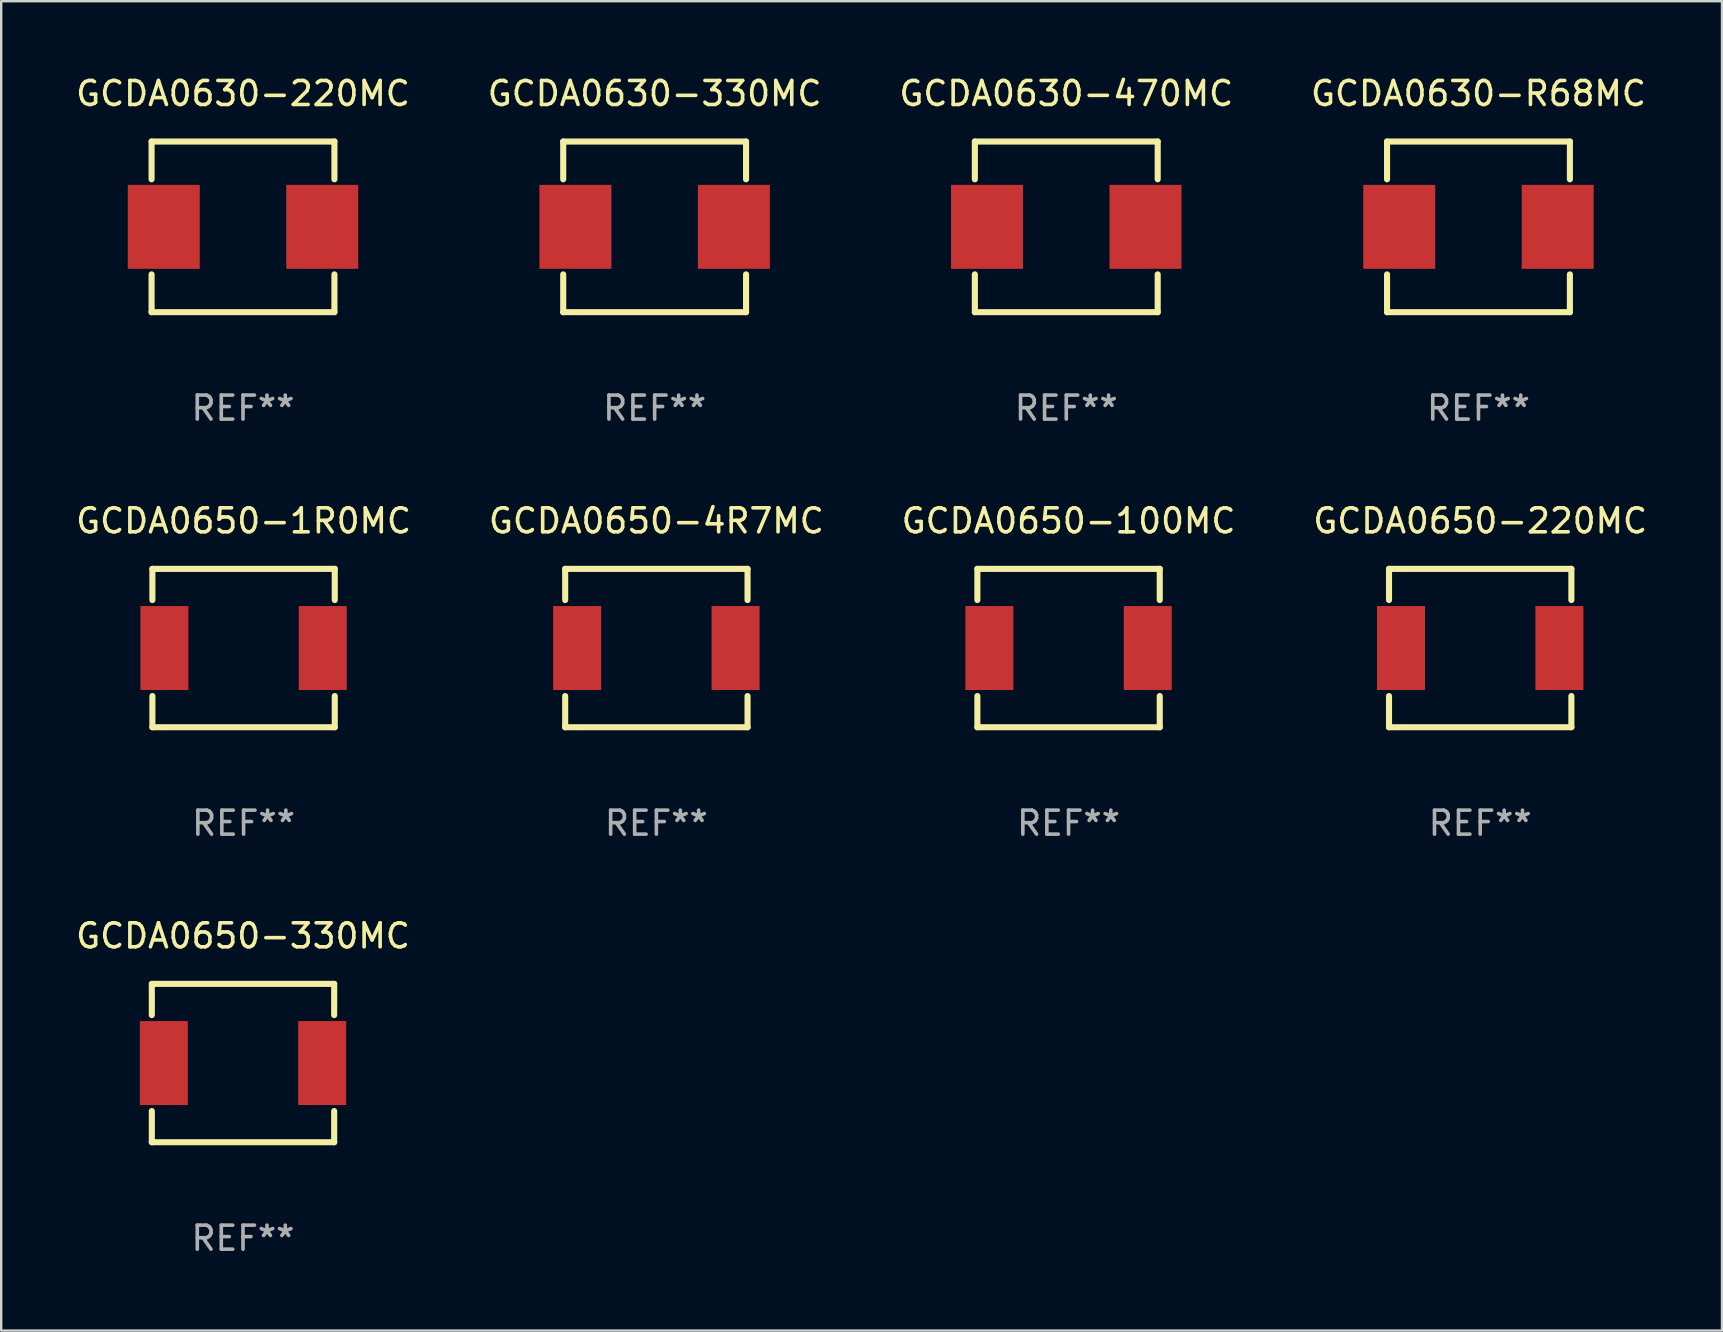
<source format=kicad_pcb>
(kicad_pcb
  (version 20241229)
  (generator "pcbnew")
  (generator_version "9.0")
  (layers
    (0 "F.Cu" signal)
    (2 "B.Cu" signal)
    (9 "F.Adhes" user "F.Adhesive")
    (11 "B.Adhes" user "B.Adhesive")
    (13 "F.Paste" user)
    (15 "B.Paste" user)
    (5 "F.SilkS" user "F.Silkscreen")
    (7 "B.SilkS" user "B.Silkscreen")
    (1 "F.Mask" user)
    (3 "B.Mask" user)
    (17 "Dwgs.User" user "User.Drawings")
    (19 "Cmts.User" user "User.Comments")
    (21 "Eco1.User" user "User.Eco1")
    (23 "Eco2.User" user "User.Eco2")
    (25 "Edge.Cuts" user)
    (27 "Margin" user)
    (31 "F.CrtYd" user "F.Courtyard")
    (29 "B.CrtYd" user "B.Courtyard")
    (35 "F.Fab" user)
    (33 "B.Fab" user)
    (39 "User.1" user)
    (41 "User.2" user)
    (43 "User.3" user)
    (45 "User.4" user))
  (footprint "GCDA0630-470MC"
    (layer "F.Cu")
    (at 41.387 6.404)
    (property "Reference" "GCDA0630-470MC" (at 0 -5.556 0) (layer "F.SilkS") (effects (font (size 1 1) (thickness 0.15))))
    (attr through_hole)
    (fp_line (start -3.81 -3.556) (end 3.81 -3.556) (stroke (width 0.254) (type solid)) (layer "F.SilkS"))
    (fp_line (start -3.81 -1.981) (end -3.81 -3.556) (stroke (width 0.254) (type solid)) (layer "F.SilkS"))
    (fp_line (start -3.81 3.556) (end -3.81 1.981) (stroke (width 0.254) (type solid)) (layer "F.SilkS"))
    (fp_line (start 3.81 -3.556) (end 3.81 -1.981) (stroke (width 0.254) (type solid)) (layer "F.SilkS"))
    (fp_line (start 3.81 1.981) (end 3.81 3.556) (stroke (width 0.254) (type solid)) (layer "F.SilkS"))
    (fp_line (start 3.81 3.556) (end -3.81 3.556) (stroke (width 0.254) (type solid)) (layer "F.SilkS"))
    (fp_circle (center -3.75 3.3) (end -3.72 3.3) (stroke (width 0.06) (type solid)) (fill no) (layer "F.SilkS"))
    (fp_text user "REF**" (at 0 7.556 0) (layer "F.Fab") (effects (font (size 1 1) (thickness 0.15))))
    (pad "1" smd rect (at -3.302 0 90) (size 3.5 3) (layers "F.Cu" "F.Mask" "F.Paste"))
    (pad "2" smd rect (at 3.302 0 90) (size 3.5 3) (layers "F.Cu" "F.Mask" "F.Paste")))
  (footprint "GCDA0650-100MC"
    (layer "F.Cu")
    (at 41.482 23.957)
    (property "Reference" "GCDA0650-100MC" (at 0 -5.3 0) (layer "F.SilkS") (effects (font (size 1 1) (thickness 0.15))))
    (attr through_hole)
    (fp_line (start -3.8 -3.3) (end -3.8 -2) (stroke (width 0.254) (type solid)) (layer "F.SilkS"))
    (fp_line (start -3.8 -3.3) (end 3.8 -3.3) (stroke (width 0.254) (type solid)) (layer "F.SilkS"))
    (fp_line (start -3.8 2) (end -3.8 3.3) (stroke (width 0.254) (type solid)) (layer "F.SilkS"))
    (fp_line (start 3.8 -3.3) (end 3.8 -2) (stroke (width 0.254) (type solid)) (layer "F.SilkS"))
    (fp_line (start 3.8 2) (end 3.8 3.3) (stroke (width 0.254) (type solid)) (layer "F.SilkS"))
    (fp_line (start 3.8 3.3) (end -3.8 3.3) (stroke (width 0.254) (type solid)) (layer "F.SilkS"))
    (fp_circle (center -3.8 3.3) (end -3.77 3.3) (stroke (width 0.06) (type solid)) (fill no) (layer "F.SilkS"))
    (fp_text user "REF**" (at 0 7.3 0) (layer "F.Fab") (effects (font (size 1 1) (thickness 0.15))))
    (pad "1" smd rect (at -3.3 0) (size 2 3.5) (layers "F.Cu" "F.Mask" "F.Paste"))
    (pad "2" smd rect (at 3.3 0) (size 2 3.5) (layers "F.Cu" "F.Mask" "F.Paste")))
  (footprint "GCDA0630-R68MC"
    (layer "F.Cu")
    (at 58.565 6.404)
    (property "Reference" "GCDA0630-R68MC" (at 0 -5.556 0) (layer "F.SilkS") (effects (font (size 1 1) (thickness 0.15))))
    (attr through_hole)
    (fp_line (start -3.81 -3.556) (end 3.81 -3.556) (stroke (width 0.254) (type solid)) (layer "F.SilkS"))
    (fp_line (start -3.81 -1.981) (end -3.81 -3.556) (stroke (width 0.254) (type solid)) (layer "F.SilkS"))
    (fp_line (start -3.81 3.556) (end -3.81 1.981) (stroke (width 0.254) (type solid)) (layer "F.SilkS"))
    (fp_line (start 3.81 -3.556) (end 3.81 -1.981) (stroke (width 0.254) (type solid)) (layer "F.SilkS"))
    (fp_line (start 3.81 1.981) (end 3.81 3.556) (stroke (width 0.254) (type solid)) (layer "F.SilkS"))
    (fp_line (start 3.81 3.556) (end -3.81 3.556) (stroke (width 0.254) (type solid)) (layer "F.SilkS"))
    (fp_circle (center -3.75 3.3) (end -3.72 3.3) (stroke (width 0.06) (type solid)) (fill no) (layer "F.SilkS"))
    (fp_text user "REF**" (at 0 7.556 0) (layer "F.Fab") (effects (font (size 1 1) (thickness 0.15))))
    (pad "1" smd rect (at -3.302 0 90) (size 3.5 3) (layers "F.Cu" "F.Mask" "F.Paste"))
    (pad "2" smd rect (at 3.302 0 90) (size 3.5 3) (layers "F.Cu" "F.Mask" "F.Paste")))
  (footprint "GCDA0630-220MC"
    (layer "F.Cu")
    (at 7.077 6.404)
    (property "Reference" "GCDA0630-220MC" (at 0 -5.556 0) (layer "F.SilkS") (effects (font (size 1 1) (thickness 0.15))))
    (attr through_hole)
    (fp_line (start -3.81 -3.556) (end 3.81 -3.556) (stroke (width 0.254) (type solid)) (layer "F.SilkS"))
    (fp_line (start -3.81 -1.981) (end -3.81 -3.556) (stroke (width 0.254) (type solid)) (layer "F.SilkS"))
    (fp_line (start -3.81 3.556) (end -3.81 1.981) (stroke (width 0.254) (type solid)) (layer "F.SilkS"))
    (fp_line (start 3.81 -3.556) (end 3.81 -1.981) (stroke (width 0.254) (type solid)) (layer "F.SilkS"))
    (fp_line (start 3.81 1.981) (end 3.81 3.556) (stroke (width 0.254) (type solid)) (layer "F.SilkS"))
    (fp_line (start 3.81 3.556) (end -3.81 3.556) (stroke (width 0.254) (type solid)) (layer "F.SilkS"))
    (fp_circle (center -3.75 3.3) (end -3.72 3.3) (stroke (width 0.06) (type solid)) (fill no) (layer "F.SilkS"))
    (fp_text user "REF**" (at 0 7.556 0) (layer "F.Fab") (effects (font (size 1 1) (thickness 0.15))))
    (pad "1" smd rect (at -3.302 0 90) (size 3.5 3) (layers "F.Cu" "F.Mask" "F.Paste"))
    (pad "2" smd rect (at 3.302 0 90) (size 3.5 3) (layers "F.Cu" "F.Mask" "F.Paste")))
  (footprint "GCDA0650-4R7MC"
    (layer "F.Cu")
    (at 24.304 23.957)
    (property "Reference" "GCDA0650-4R7MC" (at 0 -5.3 0) (layer "F.SilkS") (effects (font (size 1 1) (thickness 0.15))))
    (attr through_hole)
    (fp_line (start -3.8 -3.3) (end -3.8 -2) (stroke (width 0.254) (type solid)) (layer "F.SilkS"))
    (fp_line (start -3.8 -3.3) (end 3.8 -3.3) (stroke (width 0.254) (type solid)) (layer "F.SilkS"))
    (fp_line (start -3.8 2) (end -3.8 3.3) (stroke (width 0.254) (type solid)) (layer "F.SilkS"))
    (fp_line (start 3.8 -3.3) (end 3.8 -2) (stroke (width 0.254) (type solid)) (layer "F.SilkS"))
    (fp_line (start 3.8 2) (end 3.8 3.3) (stroke (width 0.254) (type solid)) (layer "F.SilkS"))
    (fp_line (start 3.8 3.3) (end -3.8 3.3) (stroke (width 0.254) (type solid)) (layer "F.SilkS"))
    (fp_circle (center -3.8 3.3) (end -3.77 3.3) (stroke (width 0.06) (type solid)) (fill no) (layer "F.SilkS"))
    (fp_text user "REF**" (at 0 7.3 0) (layer "F.Fab") (effects (font (size 1 1) (thickness 0.15))))
    (pad "1" smd rect (at -3.3 0) (size 2 3.5) (layers "F.Cu" "F.Mask" "F.Paste"))
    (pad "2" smd rect (at 3.3 0) (size 2 3.5) (layers "F.Cu" "F.Mask" "F.Paste")))
  (footprint "GCDA0650-1R0MC"
    (layer "F.Cu")
    (at 7.101 23.957)
    (property "Reference" "GCDA0650-1R0MC" (at 0 -5.3 0) (layer "F.SilkS") (effects (font (size 1 1) (thickness 0.15))))
    (attr through_hole)
    (fp_line (start -3.8 -3.3) (end -3.8 -2) (stroke (width 0.254) (type solid)) (layer "F.SilkS"))
    (fp_line (start -3.8 -3.3) (end 3.8 -3.3) (stroke (width 0.254) (type solid)) (layer "F.SilkS"))
    (fp_line (start -3.8 2) (end -3.8 3.3) (stroke (width 0.254) (type solid)) (layer "F.SilkS"))
    (fp_line (start 3.8 -3.3) (end 3.8 -2) (stroke (width 0.254) (type solid)) (layer "F.SilkS"))
    (fp_line (start 3.8 2) (end 3.8 3.3) (stroke (width 0.254) (type solid)) (layer "F.SilkS"))
    (fp_line (start 3.8 3.3) (end -3.8 3.3) (stroke (width 0.254) (type solid)) (layer "F.SilkS"))
    (fp_circle (center -3.8 3.3) (end -3.77 3.3) (stroke (width 0.06) (type solid)) (fill no) (layer "F.SilkS"))
    (fp_text user "REF**" (at 0 7.3 0) (layer "F.Fab") (effects (font (size 1 1) (thickness 0.15))))
    (pad "1" smd rect (at -3.3 0) (size 2 3.5) (layers "F.Cu" "F.Mask" "F.Paste"))
    (pad "2" smd rect (at 3.3 0) (size 2 3.5) (layers "F.Cu" "F.Mask" "F.Paste")))
  (footprint "GCDA0630-330MC"
    (layer "F.Cu")
    (at 24.232 6.404)
    (property "Reference" "GCDA0630-330MC" (at 0 -5.556 0) (layer "F.SilkS") (effects (font (size 1 1) (thickness 0.15))))
    (attr through_hole)
    (fp_line (start -3.81 -3.556) (end 3.81 -3.556) (stroke (width 0.254) (type solid)) (layer "F.SilkS"))
    (fp_line (start -3.81 -1.981) (end -3.81 -3.556) (stroke (width 0.254) (type solid)) (layer "F.SilkS"))
    (fp_line (start -3.81 3.556) (end -3.81 1.981) (stroke (width 0.254) (type solid)) (layer "F.SilkS"))
    (fp_line (start 3.81 -3.556) (end 3.81 -1.981) (stroke (width 0.254) (type solid)) (layer "F.SilkS"))
    (fp_line (start 3.81 1.981) (end 3.81 3.556) (stroke (width 0.254) (type solid)) (layer "F.SilkS"))
    (fp_line (start 3.81 3.556) (end -3.81 3.556) (stroke (width 0.254) (type solid)) (layer "F.SilkS"))
    (fp_circle (center -3.75 3.3) (end -3.72 3.3) (stroke (width 0.06) (type solid)) (fill no) (layer "F.SilkS"))
    (fp_text user "REF**" (at 0 7.556 0) (layer "F.Fab") (effects (font (size 1 1) (thickness 0.15))))
    (pad "1" smd rect (at -3.302 0 90) (size 3.5 3) (layers "F.Cu" "F.Mask" "F.Paste"))
    (pad "2" smd rect (at 3.302 0 90) (size 3.5 3) (layers "F.Cu" "F.Mask" "F.Paste")))
  (footprint "GCDA0650-220MC"
    (layer "F.Cu")
    (at 58.637 23.957)
    (property "Reference" "GCDA0650-220MC" (at 0 -5.3 0) (layer "F.SilkS") (effects (font (size 1 1) (thickness 0.15))))
    (attr through_hole)
    (fp_line (start -3.8 -3.3) (end -3.8 -2) (stroke (width 0.254) (type solid)) (layer "F.SilkS"))
    (fp_line (start -3.8 -3.3) (end 3.8 -3.3) (stroke (width 0.254) (type solid)) (layer "F.SilkS"))
    (fp_line (start -3.8 2) (end -3.8 3.3) (stroke (width 0.254) (type solid)) (layer "F.SilkS"))
    (fp_line (start 3.8 -3.3) (end 3.8 -2) (stroke (width 0.254) (type solid)) (layer "F.SilkS"))
    (fp_line (start 3.8 2) (end 3.8 3.3) (stroke (width 0.254) (type solid)) (layer "F.SilkS"))
    (fp_line (start 3.8 3.3) (end -3.8 3.3) (stroke (width 0.254) (type solid)) (layer "F.SilkS"))
    (fp_circle (center -3.8 3.3) (end -3.77 3.3) (stroke (width 0.06) (type solid)) (fill no) (layer "F.SilkS"))
    (fp_text user "REF**" (at 0 7.3 0) (layer "F.Fab") (effects (font (size 1 1) (thickness 0.15))))
    (pad "1" smd rect (at -3.3 0) (size 2 3.5) (layers "F.Cu" "F.Mask" "F.Paste"))
    (pad "2" smd rect (at 3.3 0) (size 2 3.5) (layers "F.Cu" "F.Mask" "F.Paste")))
  (footprint "GCDA0650-330MC"
    (layer "F.Cu")
    (at 7.077 41.253)
    (property "Reference" "GCDA0650-330MC" (at 0 -5.3 0) (layer "F.SilkS") (effects (font (size 1 1) (thickness 0.15))))
    (attr through_hole)
    (fp_line (start -3.8 -3.3) (end -3.8 -2) (stroke (width 0.254) (type solid)) (layer "F.SilkS"))
    (fp_line (start -3.8 -3.3) (end 3.8 -3.3) (stroke (width 0.254) (type solid)) (layer "F.SilkS"))
    (fp_line (start -3.8 2) (end -3.8 3.3) (stroke (width 0.254) (type solid)) (layer "F.SilkS"))
    (fp_line (start 3.8 -3.3) (end 3.8 -2) (stroke (width 0.254) (type solid)) (layer "F.SilkS"))
    (fp_line (start 3.8 2) (end 3.8 3.3) (stroke (width 0.254) (type solid)) (layer "F.SilkS"))
    (fp_line (start 3.8 3.3) (end -3.8 3.3) (stroke (width 0.254) (type solid)) (layer "F.SilkS"))
    (fp_circle (center -3.8 3.3) (end -3.77 3.3) (stroke (width 0.06) (type solid)) (fill no) (layer "F.SilkS"))
    (fp_text user "REF**" (at 0 7.3 0) (layer "F.Fab") (effects (font (size 1 1) (thickness 0.15))))
    (pad "1" smd rect (at -3.3 0) (size 2 3.5) (layers "F.Cu" "F.Mask" "F.Paste"))
    (pad "2" smd rect (at 3.3 0) (size 2 3.5) (layers "F.Cu" "F.Mask" "F.Paste")))
  (gr_rect
    (start -3 -3)
    (end 68.714 52.402)
    (stroke (width 0.1) (type default))
    (fill no)
    (layer "Edge.Cuts")))
</source>
